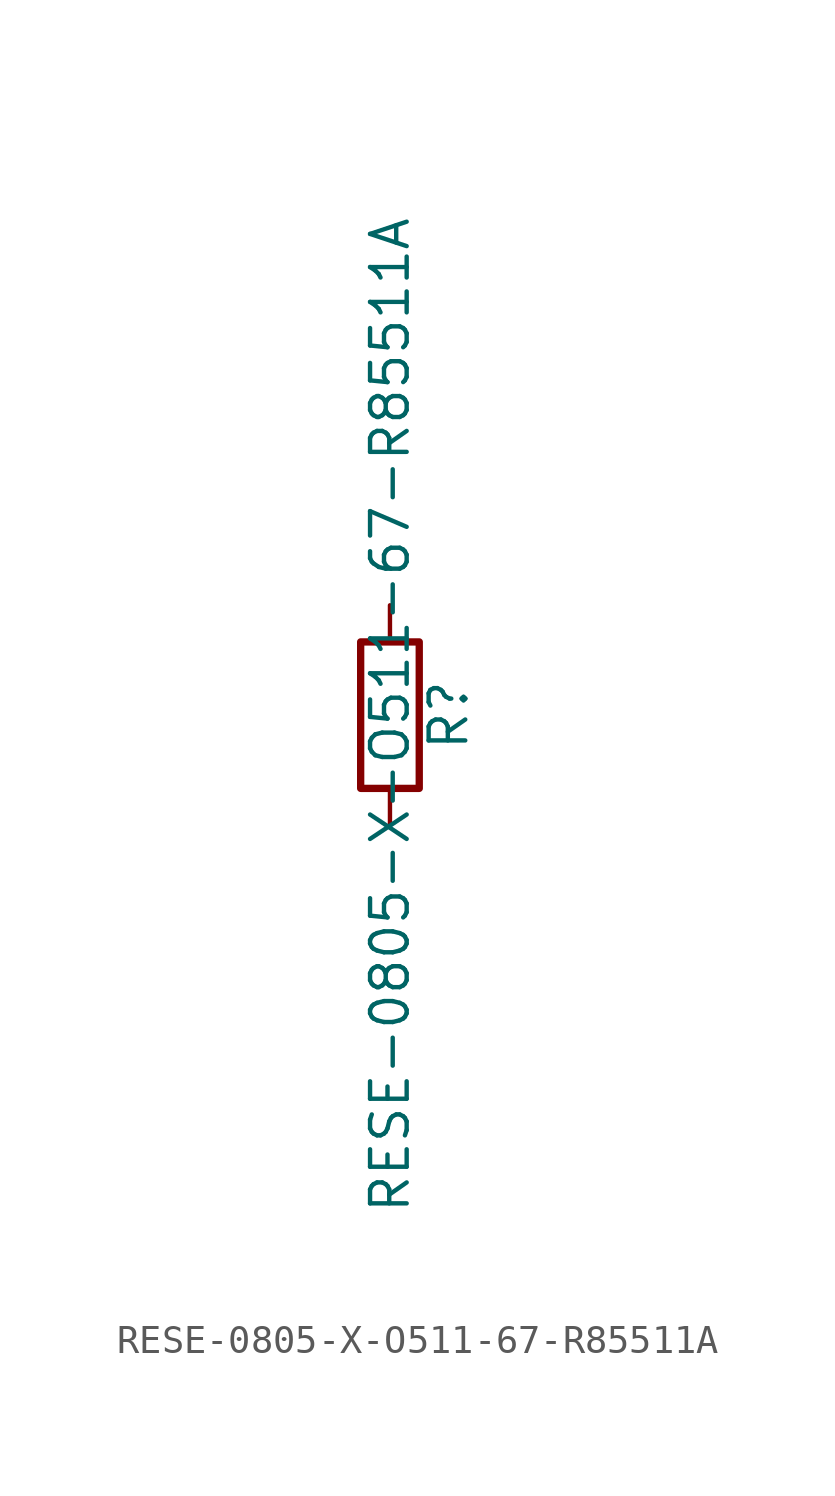
<source format=kicad_sym>
(kicad_symbol_lib
  (version 20211014)
  (generator kicad_symbol_editor)
  (symbol "RESE-0805-X-O511-67-R85511A"
    (pin_numbers hide)
    (pin_names
      (offset 0))
    (property "Reference" "R"
      (at 2.032 0 90)
      (effects (font (size 1.27 1.27))))
    (property "Value" "RESE-0805-X-O511-67-R85511A"
      (at 0 0 90)
      (effects (font (size 1.27 1.27))))
    (symbol "RESE-0805-X-O511-67-R85511A_0_1"
      (rectangle (start -1.016 -2.54) (end 1.016 2.54) (stroke (width 0.254) (type default) (color 0 0 0 0)) (fill (type none))))
    (symbol "RESE-0805-X-O511-67-R85511A_1_1"
      (pin passive line (at 0 3.81 270) (length 1.27) (name "~" (effects (font (size 1.27 1.27)))) (number "1" (effects (font (size 1.27 1.27)))))
      (pin passive line (at 0 -3.81 90) (length 1.27) (name "~" (effects (font (size 1.27 1.27)))) (number "2" (effects (font (size 1.27 1.27))))))))
</source>
